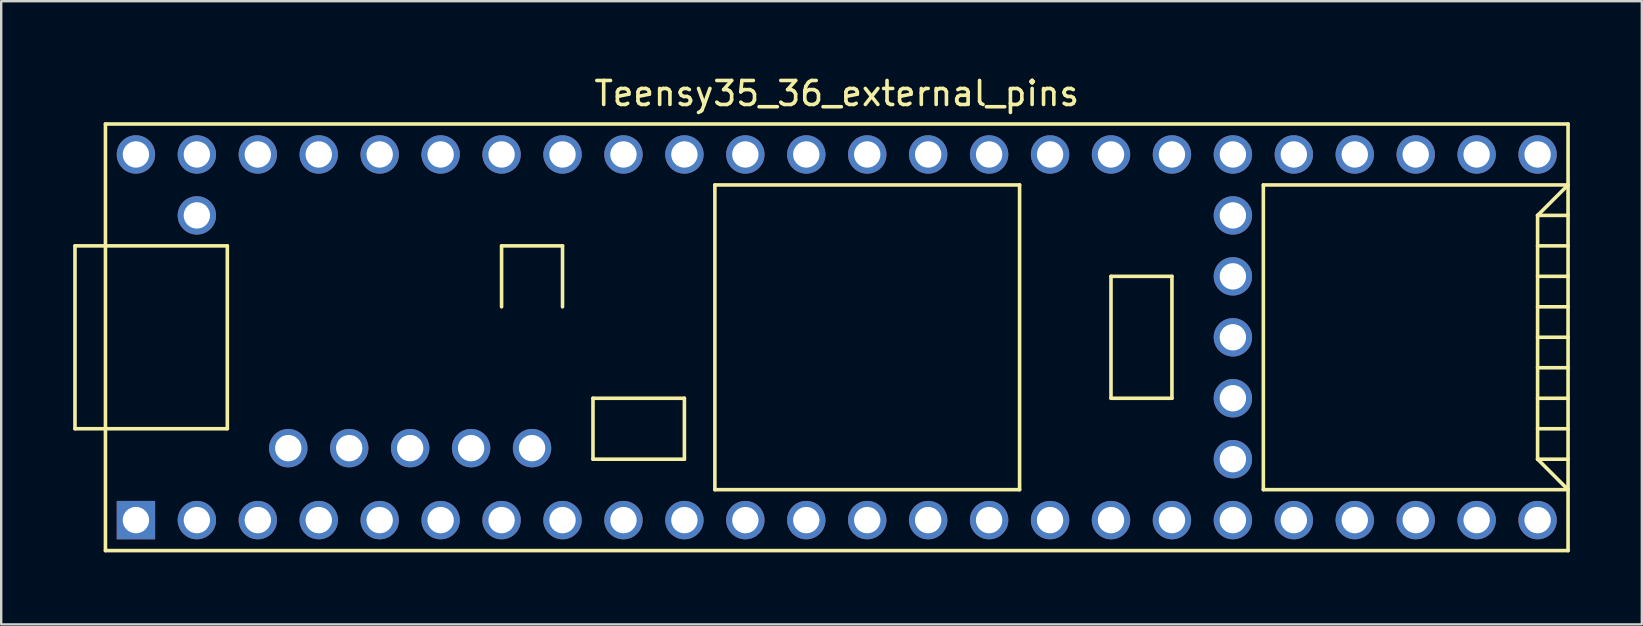
<source format=kicad_pcb>
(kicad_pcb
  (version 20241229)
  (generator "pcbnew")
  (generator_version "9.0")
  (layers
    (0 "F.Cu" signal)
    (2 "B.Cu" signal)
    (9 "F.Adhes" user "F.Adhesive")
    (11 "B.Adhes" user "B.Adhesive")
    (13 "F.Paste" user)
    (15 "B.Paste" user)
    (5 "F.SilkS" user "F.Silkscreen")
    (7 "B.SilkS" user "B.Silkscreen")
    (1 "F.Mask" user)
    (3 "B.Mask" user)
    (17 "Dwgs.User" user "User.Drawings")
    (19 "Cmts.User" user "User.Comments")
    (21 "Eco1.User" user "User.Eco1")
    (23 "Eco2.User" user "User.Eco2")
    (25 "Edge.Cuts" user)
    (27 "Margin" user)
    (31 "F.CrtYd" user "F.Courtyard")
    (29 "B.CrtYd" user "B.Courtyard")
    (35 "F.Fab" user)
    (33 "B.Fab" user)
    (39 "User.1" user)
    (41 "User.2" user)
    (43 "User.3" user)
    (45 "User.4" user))
  (footprint "Teensy35_36_external_pins"
    (layer "F.Cu")
    (at 31.825 11.008)
    (property "Reference" "Teensy35_36_external_pins" (at 0 -10.16 0) (layer "F.SilkS") (effects (font (size 1 1) (thickness 0.15))))
    (attr through_hole)
    (fp_line (start -31.75 -3.81) (end -30.48 -3.81) (stroke (width 0.15) (type solid)) (layer "F.SilkS"))
    (fp_line (start -31.75 3.81) (end -31.75 -3.81) (stroke (width 0.15) (type solid)) (layer "F.SilkS"))
    (fp_line (start -30.48 3.81) (end -31.75 3.81) (stroke (width 0.15) (type solid)) (layer "F.SilkS"))
    (fp_line (start -30.48 8.89) (end -30.48 -8.89) (stroke (width 0.15) (type solid)) (layer "F.SilkS"))
    (fp_line (start -30.48 8.89) (end 30.48 8.89) (stroke (width 0.15) (type solid)) (layer "F.SilkS"))
    (fp_line (start -25.4 -3.81) (end -30.48 -3.81) (stroke (width 0.15) (type solid)) (layer "F.SilkS"))
    (fp_line (start -25.4 3.81) (end -30.48 3.81) (stroke (width 0.15) (type solid)) (layer "F.SilkS"))
    (fp_line (start -25.4 3.81) (end -25.4 -3.81) (stroke (width 0.15) (type solid)) (layer "F.SilkS"))
    (fp_line (start -13.97 -3.81) (end -13.97 -1.27) (stroke (width 0.15) (type solid)) (layer "F.SilkS"))
    (fp_line (start -11.43 -3.81) (end -13.97 -3.81) (stroke (width 0.15) (type solid)) (layer "F.SilkS"))
    (fp_line (start -11.43 -1.27) (end -11.43 -3.81) (stroke (width 0.15) (type solid)) (layer "F.SilkS"))
    (fp_line (start -10.16 2.54) (end -6.35 2.54) (stroke (width 0.15) (type solid)) (layer "F.SilkS"))
    (fp_line (start -10.16 5.08) (end -10.16 2.54) (stroke (width 0.15) (type solid)) (layer "F.SilkS"))
    (fp_line (start -6.35 2.54) (end -6.35 5.08) (stroke (width 0.15) (type solid)) (layer "F.SilkS"))
    (fp_line (start -6.35 5.08) (end -10.16 5.08) (stroke (width 0.15) (type solid)) (layer "F.SilkS"))
    (fp_line (start -5.08 -6.35) (end -5.08 6.35) (stroke (width 0.15) (type solid)) (layer "F.SilkS"))
    (fp_line (start -5.08 -6.35) (end 7.62 -6.35) (stroke (width 0.15) (type solid)) (layer "F.SilkS"))
    (fp_line (start -5.08 6.35) (end 7.62 6.35) (stroke (width 0.15) (type solid)) (layer "F.SilkS"))
    (fp_line (start 7.62 6.35) (end 7.62 -6.35) (stroke (width 0.15) (type solid)) (layer "F.SilkS"))
    (fp_line (start 11.43 -2.54) (end 13.97 -2.54) (stroke (width 0.15) (type solid)) (layer "F.SilkS"))
    (fp_line (start 11.43 2.54) (end 11.43 -2.54) (stroke (width 0.15) (type solid)) (layer "F.SilkS"))
    (fp_line (start 13.97 -2.54) (end 13.97 2.54) (stroke (width 0.15) (type solid)) (layer "F.SilkS"))
    (fp_line (start 13.97 2.54) (end 11.43 2.54) (stroke (width 0.15) (type solid)) (layer "F.SilkS"))
    (fp_line (start 17.78 -6.35) (end 17.78 6.35) (stroke (width 0.15) (type solid)) (layer "F.SilkS"))
    (fp_line (start 17.78 6.35) (end 30.48 6.35) (stroke (width 0.15) (type solid)) (layer "F.SilkS"))
    (fp_line (start 29.21 -5.08) (end 30.48 -6.35) (stroke (width 0.15) (type solid)) (layer "F.SilkS"))
    (fp_line (start 29.21 -5.08) (end 30.48 -5.08) (stroke (width 0.15) (type solid)) (layer "F.SilkS"))
    (fp_line (start 29.21 -3.81) (end 30.48 -3.81) (stroke (width 0.15) (type solid)) (layer "F.SilkS"))
    (fp_line (start 29.21 -2.54) (end 30.48 -2.54) (stroke (width 0.15) (type solid)) (layer "F.SilkS"))
    (fp_line (start 29.21 -1.27) (end 30.48 -1.27) (stroke (width 0.15) (type solid)) (layer "F.SilkS"))
    (fp_line (start 29.21 0) (end 30.48 0) (stroke (width 0.15) (type solid)) (layer "F.SilkS"))
    (fp_line (start 29.21 1.27) (end 30.48 1.27) (stroke (width 0.15) (type solid)) (layer "F.SilkS"))
    (fp_line (start 29.21 2.54) (end 30.48 2.54) (stroke (width 0.15) (type solid)) (layer "F.SilkS"))
    (fp_line (start 29.21 3.81) (end 30.48 3.81) (stroke (width 0.15) (type solid)) (layer "F.SilkS"))
    (fp_line (start 29.21 5.08) (end 29.21 -5.08) (stroke (width 0.15) (type solid)) (layer "F.SilkS"))
    (fp_line (start 29.21 5.08) (end 30.48 5.08) (stroke (width 0.15) (type solid)) (layer "F.SilkS"))
    (fp_line (start 30.48 -8.89) (end -30.48 -8.89) (stroke (width 0.15) (type solid)) (layer "F.SilkS"))
    (fp_line (start 30.48 -8.89) (end 30.48 8.89) (stroke (width 0.15) (type solid)) (layer "F.SilkS"))
    (fp_line (start 30.48 -6.35) (end 17.78 -6.35) (stroke (width 0.15) (type solid)) (layer "F.SilkS"))
    (fp_line (start 30.48 6.35) (end 29.21 5.08) (stroke (width 0.15) (type solid)) (layer "F.SilkS"))
    (pad "1" thru_hole rect (at -29.21 7.62) (size 1.6 1.6) (drill 1.1) (layers "*.Cu" "*.Mask"))
    (pad "2" thru_hole circle (at -26.67 7.62) (size 1.6 1.6) (drill 1.1) (layers "*.Cu" "*.Mask"))
    (pad "3" thru_hole circle (at -24.13 7.62) (size 1.6 1.6) (drill 1.1) (layers "*.Cu" "*.Mask"))
    (pad "4" thru_hole circle (at -21.59 7.62) (size 1.6 1.6) (drill 1.1) (layers "*.Cu" "*.Mask"))
    (pad "5" thru_hole circle (at -19.05 7.62) (size 1.6 1.6) (drill 1.1) (layers "*.Cu" "*.Mask"))
    (pad "6" thru_hole circle (at -16.51 7.62) (size 1.6 1.6) (drill 1.1) (layers "*.Cu" "*.Mask"))
    (pad "7" thru_hole circle (at -13.97 7.62) (size 1.6 1.6) (drill 1.1) (layers "*.Cu" "*.Mask"))
    (pad "8" thru_hole circle (at -11.43 7.62) (size 1.6 1.6) (drill 1.1) (layers "*.Cu" "*.Mask"))
    (pad "9" thru_hole circle (at -8.89 7.62) (size 1.6 1.6) (drill 1.1) (layers "*.Cu" "*.Mask"))
    (pad "10" thru_hole circle (at -6.35 7.62) (size 1.6 1.6) (drill 1.1) (layers "*.Cu" "*.Mask"))
    (pad "11" thru_hole circle (at -3.81 7.62) (size 1.6 1.6) (drill 1.1) (layers "*.Cu" "*.Mask"))
    (pad "12" thru_hole circle (at -1.27 7.62) (size 1.6 1.6) (drill 1.1) (layers "*.Cu" "*.Mask"))
    (pad "13" thru_hole circle (at 1.27 7.62) (size 1.6 1.6) (drill 1.1) (layers "*.Cu" "*.Mask"))
    (pad "14" thru_hole circle (at 3.81 7.62) (size 1.6 1.6) (drill 1.1) (layers "*.Cu" "*.Mask"))
    (pad "15" thru_hole circle (at 6.35 7.62) (size 1.6 1.6) (drill 1.1) (layers "*.Cu" "*.Mask"))
    (pad "16" thru_hole circle (at 8.89 7.62) (size 1.6 1.6) (drill 1.1) (layers "*.Cu" "*.Mask"))
    (pad "17" thru_hole circle (at 11.43 7.62) (size 1.6 1.6) (drill 1.1) (layers "*.Cu" "*.Mask"))
    (pad "18" thru_hole circle (at 13.97 7.62) (size 1.6 1.6) (drill 1.1) (layers "*.Cu" "*.Mask"))
    (pad "19" thru_hole circle (at 16.51 7.62) (size 1.6 1.6) (drill 1.1) (layers "*.Cu" "*.Mask"))
    (pad "20" thru_hole circle (at 19.05 7.62) (size 1.6 1.6) (drill 1.1) (layers "*.Cu" "*.Mask"))
    (pad "21" thru_hole circle (at 21.59 7.62) (size 1.6 1.6) (drill 1.1) (layers "*.Cu" "*.Mask"))
    (pad "22" thru_hole circle (at 24.13 7.62) (size 1.6 1.6) (drill 1.1) (layers "*.Cu" "*.Mask"))
    (pad "23" thru_hole circle (at 26.67 7.62) (size 1.6 1.6) (drill 1.1) (layers "*.Cu" "*.Mask"))
    (pad "24" thru_hole circle (at 29.21 7.62) (size 1.6 1.6) (drill 1.1) (layers "*.Cu" "*.Mask"))
    (pad "25" thru_hole circle (at 16.51 5.08) (size 1.6 1.6) (drill 1.1) (layers "*.Cu" "*.Mask"))
    (pad "26" thru_hole circle (at 16.51 2.54) (size 1.6 1.6) (drill 1.1) (layers "*.Cu" "*.Mask"))
    (pad "27" thru_hole circle (at 16.51 0) (size 1.6 1.6) (drill 1.1) (layers "*.Cu" "*.Mask"))
    (pad "28" thru_hole circle (at 16.51 -2.54) (size 1.6 1.6) (drill 1.1) (layers "*.Cu" "*.Mask"))
    (pad "29" thru_hole circle (at 16.51 -5.08) (size 1.6 1.6) (drill 1.1) (layers "*.Cu" "*.Mask"))
    (pad "30" thru_hole circle (at 29.21 -7.62) (size 1.6 1.6) (drill 1.1) (layers "*.Cu" "*.Mask"))
    (pad "31" thru_hole circle (at 26.67 -7.62) (size 1.6 1.6) (drill 1.1) (layers "*.Cu" "*.Mask"))
    (pad "32" thru_hole circle (at 24.13 -7.62) (size 1.6 1.6) (drill 1.1) (layers "*.Cu" "*.Mask"))
    (pad "33" thru_hole circle (at 21.59 -7.62) (size 1.6 1.6) (drill 1.1) (layers "*.Cu" "*.Mask"))
    (pad "34" thru_hole circle (at 19.05 -7.62) (size 1.6 1.6) (drill 1.1) (layers "*.Cu" "*.Mask"))
    (pad "35" thru_hole circle (at 16.51 -7.62) (size 1.6 1.6) (drill 1.1) (layers "*.Cu" "*.Mask"))
    (pad "36" thru_hole circle (at 13.97 -7.62) (size 1.6 1.6) (drill 1.1) (layers "*.Cu" "*.Mask"))
    (pad "37" thru_hole circle (at 11.43 -7.62) (size 1.6 1.6) (drill 1.1) (layers "*.Cu" "*.Mask"))
    (pad "38" thru_hole circle (at 8.89 -7.62) (size 1.6 1.6) (drill 1.1) (layers "*.Cu" "*.Mask"))
    (pad "39" thru_hole circle (at 6.35 -7.62) (size 1.6 1.6) (drill 1.1) (layers "*.Cu" "*.Mask"))
    (pad "40" thru_hole circle (at 3.81 -7.62) (size 1.6 1.6) (drill 1.1) (layers "*.Cu" "*.Mask"))
    (pad "41" thru_hole circle (at 1.27 -7.62) (size 1.6 1.6) (drill 1.1) (layers "*.Cu" "*.Mask"))
    (pad "42" thru_hole circle (at -1.27 -7.62) (size 1.6 1.6) (drill 1.1) (layers "*.Cu" "*.Mask"))
    (pad "43" thru_hole circle (at -3.81 -7.62) (size 1.6 1.6) (drill 1.1) (layers "*.Cu" "*.Mask"))
    (pad "44" thru_hole circle (at -6.35 -7.62) (size 1.6 1.6) (drill 1.1) (layers "*.Cu" "*.Mask"))
    (pad "45" thru_hole circle (at -8.89 -7.62) (size 1.6 1.6) (drill 1.1) (layers "*.Cu" "*.Mask"))
    (pad "46" thru_hole circle (at -11.43 -7.62) (size 1.6 1.6) (drill 1.1) (layers "*.Cu" "*.Mask"))
    (pad "47" thru_hole circle (at -13.97 -7.62) (size 1.6 1.6) (drill 1.1) (layers "*.Cu" "*.Mask"))
    (pad "48" thru_hole circle (at -16.51 -7.62) (size 1.6 1.6) (drill 1.1) (layers "*.Cu" "*.Mask"))
    (pad "49" thru_hole circle (at -19.05 -7.62) (size 1.6 1.6) (drill 1.1) (layers "*.Cu" "*.Mask"))
    (pad "50" thru_hole circle (at -21.59 -7.62) (size 1.6 1.6) (drill 1.1) (layers "*.Cu" "*.Mask"))
    (pad "51" thru_hole circle (at -24.13 -7.62) (size 1.6 1.6) (drill 1.1) (layers "*.Cu" "*.Mask"))
    (pad "52" thru_hole circle (at -26.67 -7.62) (size 1.6 1.6) (drill 1.1) (layers "*.Cu" "*.Mask"))
    (pad "53" thru_hole circle (at -29.21 -7.62) (size 1.6 1.6) (drill 1.1) (layers "*.Cu" "*.Mask"))
    (pad "54" thru_hole circle (at -26.67 -5.08) (size 1.6 1.6) (drill 1.1) (layers "*.Cu" "*.Mask"))
    (pad "58" thru_hole circle (at -22.86 4.62) (size 1.6 1.6) (drill 1.1) (layers "*.Cu" "*.Mask"))
    (pad "59" thru_hole circle (at -20.32 4.62) (size 1.6 1.6) (drill 1.1) (layers "*.Cu" "*.Mask"))
    (pad "60" thru_hole circle (at -17.78 4.62) (size 1.6 1.6) (drill 1.1) (layers "*.Cu" "*.Mask"))
    (pad "61" thru_hole circle (at -15.24 4.62) (size 1.6 1.6) (drill 1.1) (layers "*.Cu" "*.Mask"))
    (pad "62" thru_hole circle (at -12.7 4.62) (size 1.6 1.6) (drill 1.1) (layers "*.Cu" "*.Mask")))
  (gr_rect
    (start -3 -3)
    (end 65.38 22.973)
    (stroke (width 0.1) (type default))
    (fill no)
    (layer "Edge.Cuts")))
</source>
